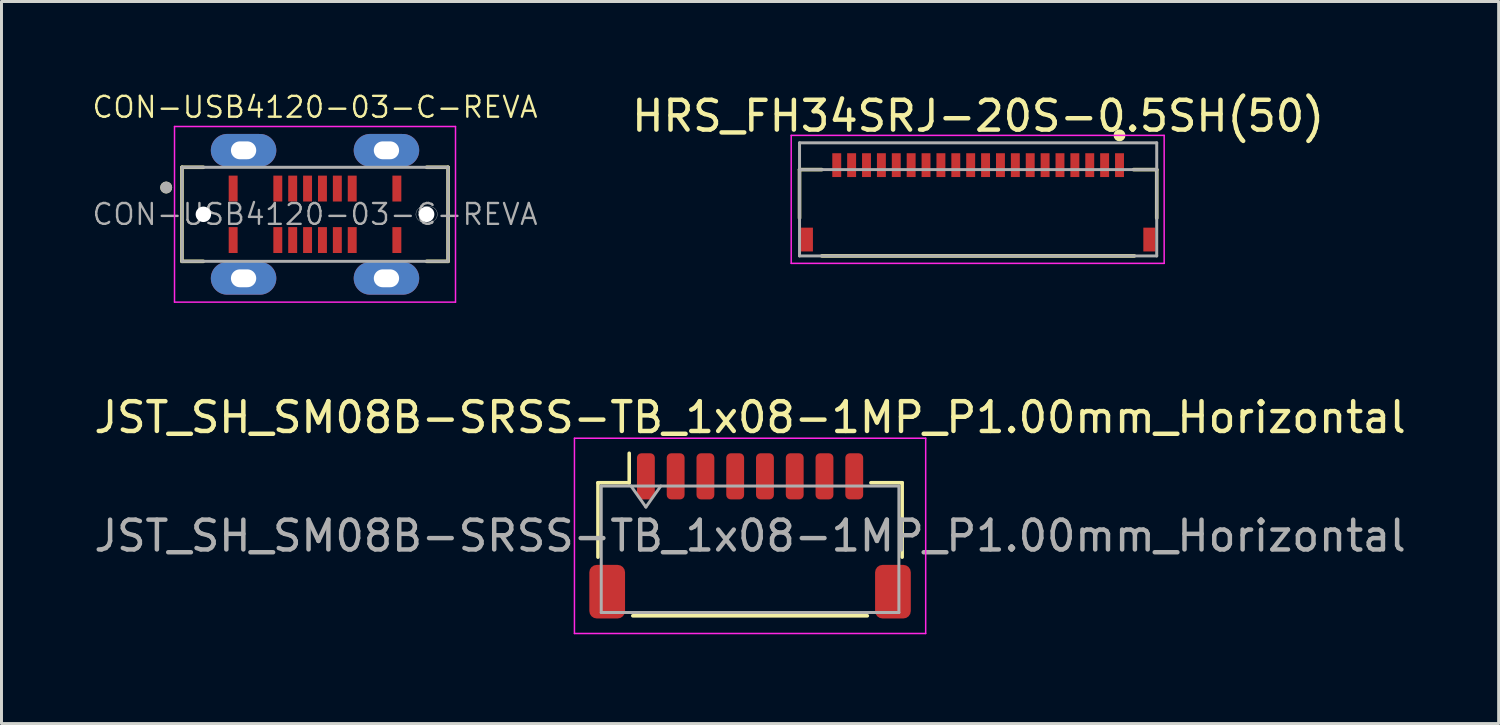
<source format=kicad_pcb>
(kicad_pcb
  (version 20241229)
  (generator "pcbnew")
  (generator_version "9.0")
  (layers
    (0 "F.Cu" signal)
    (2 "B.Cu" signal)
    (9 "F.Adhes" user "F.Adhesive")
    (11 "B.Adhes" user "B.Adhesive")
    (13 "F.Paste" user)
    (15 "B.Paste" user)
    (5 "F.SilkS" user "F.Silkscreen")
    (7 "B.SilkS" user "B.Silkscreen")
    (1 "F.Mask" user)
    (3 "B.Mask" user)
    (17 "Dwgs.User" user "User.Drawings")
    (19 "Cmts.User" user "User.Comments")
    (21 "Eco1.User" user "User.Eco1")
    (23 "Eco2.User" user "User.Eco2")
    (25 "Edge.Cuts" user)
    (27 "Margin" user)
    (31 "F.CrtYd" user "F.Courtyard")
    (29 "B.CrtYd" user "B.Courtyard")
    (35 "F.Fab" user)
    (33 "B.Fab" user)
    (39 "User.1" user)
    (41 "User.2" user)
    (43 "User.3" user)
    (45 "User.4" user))
  (footprint "JST_SH_SM08B-SRSS-TB_1x08-1MP_P1.00mm_Horizontal"
    (layer "F.Cu")
    (at 22.149 14.953)
    (property "Reference" "JST_SH_SM08B-SRSS-TB_1x08-1MP_P1.00mm_Horizontal" (at 0 -3.98 0) (layer "F.SilkS") (effects (font (size 1 1) (thickness 0.15))))
    (attr smd)
    (fp_line (start -5.11 -1.785) (end -4.06 -1.785) (stroke (width 0.12) (type solid)) (layer "F.SilkS"))
    (fp_line (start -5.11 0.715) (end -5.11 -1.785) (stroke (width 0.12) (type solid)) (layer "F.SilkS"))
    (fp_line (start -4.06 -1.785) (end -4.06 -2.775) (stroke (width 0.12) (type solid)) (layer "F.SilkS"))
    (fp_line (start -3.94 2.685) (end 3.94 2.685) (stroke (width 0.12) (type solid)) (layer "F.SilkS"))
    (fp_line (start 5.11 -1.785) (end 4.06 -1.785) (stroke (width 0.12) (type solid)) (layer "F.SilkS"))
    (fp_line (start 5.11 0.715) (end 5.11 -1.785) (stroke (width 0.12) (type solid)) (layer "F.SilkS"))
    (fp_line (start -5.9 -3.28) (end -5.9 3.28) (stroke (width 0.05) (type solid)) (layer "F.CrtYd"))
    (fp_line (start -5.9 3.28) (end 5.9 3.28) (stroke (width 0.05) (type solid)) (layer "F.CrtYd"))
    (fp_line (start 5.9 -3.28) (end -5.9 -3.28) (stroke (width 0.05) (type solid)) (layer "F.CrtYd"))
    (fp_line (start 5.9 3.28) (end 5.9 -3.28) (stroke (width 0.05) (type solid)) (layer "F.CrtYd"))
    (fp_line (start -5 -1.675) (end -5 2.575) (stroke (width 0.1) (type solid)) (layer "F.Fab"))
    (fp_line (start -5 -1.675) (end 5 -1.675) (stroke (width 0.1) (type solid)) (layer "F.Fab"))
    (fp_line (start -5 2.575) (end 5 2.575) (stroke (width 0.1) (type solid)) (layer "F.Fab"))
    (fp_line (start -4 -1.675) (end -3.5 -0.968) (stroke (width 0.1) (type solid)) (layer "F.Fab"))
    (fp_line (start -3.5 -0.968) (end -3 -1.675) (stroke (width 0.1) (type solid)) (layer "F.Fab"))
    (fp_line (start 5 -1.675) (end 5 2.575) (stroke (width 0.1) (type solid)) (layer "F.Fab"))
    (fp_text user "${REFERENCE}" (at 0 0 0) (layer "F.Fab") (effects (font (size 1 1) (thickness 0.15))))
    (pad "1" smd roundrect (at -3.5 -2) (size 0.6 1.55) (layers "F.Cu" "F.Mask" "F.Paste") (roundrect_rratio 0.25))
    (pad "2" smd roundrect (at -2.5 -2) (size 0.6 1.55) (layers "F.Cu" "F.Mask" "F.Paste") (roundrect_rratio 0.25))
    (pad "3" smd roundrect (at -1.5 -2) (size 0.6 1.55) (layers "F.Cu" "F.Mask" "F.Paste") (roundrect_rratio 0.25))
    (pad "4" smd roundrect (at -0.5 -2) (size 0.6 1.55) (layers "F.Cu" "F.Mask" "F.Paste") (roundrect_rratio 0.25))
    (pad "5" smd roundrect (at 0.5 -2) (size 0.6 1.55) (layers "F.Cu" "F.Mask" "F.Paste") (roundrect_rratio 0.25))
    (pad "6" smd roundrect (at 1.5 -2) (size 0.6 1.55) (layers "F.Cu" "F.Mask" "F.Paste") (roundrect_rratio 0.25))
    (pad "7" smd roundrect (at 2.5 -2) (size 0.6 1.55) (layers "F.Cu" "F.Mask" "F.Paste") (roundrect_rratio 0.25))
    (pad "8" smd roundrect (at 3.5 -2) (size 0.6 1.55) (layers "F.Cu" "F.Mask" "F.Paste") (roundrect_rratio 0.25))
    (pad "MP" smd roundrect (at -4.8 1.875) (size 1.2 1.8) (layers "F.Cu" "F.Mask" "F.Paste") (roundrect_rratio 0.208))
    (pad "MP" smd roundrect (at 4.8 1.875) (size 1.2 1.8) (layers "F.Cu" "F.Mask" "F.Paste") (roundrect_rratio 0.208)))
  (footprint "CON-USB4120-03-C-REVA"
    (layer "F.Cu")
    (at 7.533 4.15)
    (property "Reference" "CON-USB4120-03-C-REVA" (at 0 -3.6 0) (layer "F.SilkS") (effects (font (size 0.7 0.7) (thickness 0.08))))
    (attr smd)
    (fp_line (start -4.47 -1.58) (end -4.47 1.58) (stroke (width 0.12) (type solid)) (layer "F.SilkS"))
    (fp_line (start -4.47 1.58) (end -3.75 1.58) (stroke (width 0.12) (type solid)) (layer "F.SilkS"))
    (fp_line (start -3.75 -1.58) (end -4.47 -1.58) (stroke (width 0.12) (type solid)) (layer "F.SilkS"))
    (fp_line (start 3.75 -1.58) (end 4.47 -1.58) (stroke (width 0.12) (type solid)) (layer "F.SilkS"))
    (fp_line (start 4.47 -1.58) (end 4.47 1.58) (stroke (width 0.12) (type solid)) (layer "F.SilkS"))
    (fp_line (start 4.47 1.58) (end 3.75 1.58) (stroke (width 0.12) (type solid)) (layer "F.SilkS"))
    (fp_circle (center -5 -0.9) (end -4.9 -0.9) (stroke (width 0.2) (type solid)) (fill no) (layer "F.SilkS"))
    (fp_line (start 3.65 -0.26) (end 3.85 -0.26) (stroke (width 0.01) (type solid)) (layer "Edge.Cuts"))
    (fp_line (start 3.85 0.26) (end 3.65 0.26) (stroke (width 0.01) (type solid)) (layer "Edge.Cuts"))
    (fp_arc (start 3.39 0) (mid 3.466152 -0.183848) (end 3.65 -0.26) (stroke (width 0.01) (type solid)) (layer "Edge.Cuts"))
    (fp_arc (start 3.65 0.26) (mid 3.466152 0.183848) (end 3.39 0) (stroke (width 0.01) (type solid)) (layer "Edge.Cuts"))
    (fp_arc (start 3.85 -0.26) (mid 4.033848 -0.183848) (end 4.11 0) (stroke (width 0.01) (type solid)) (layer "Edge.Cuts"))
    (fp_arc (start 4.11 0) (mid 4.033848 0.183848) (end 3.85 0.26) (stroke (width 0.01) (type solid)) (layer "Edge.Cuts"))
    (fp_line (start -4.72 -2.95) (end 4.72 -2.95) (stroke (width 0.05) (type solid)) (layer "F.CrtYd"))
    (fp_line (start -4.72 2.95) (end -4.72 -2.95) (stroke (width 0.05) (type solid)) (layer "F.CrtYd"))
    (fp_line (start 4.72 -2.95) (end 4.72 2.95) (stroke (width 0.05) (type solid)) (layer "F.CrtYd"))
    (fp_line (start 4.72 2.95) (end -4.72 2.95) (stroke (width 0.05) (type solid)) (layer "F.CrtYd"))
    (fp_line (start -4.47 -1.58) (end 4.47 -1.58) (stroke (width 0.1) (type solid)) (layer "F.Fab"))
    (fp_line (start -4.47 1.58) (end -4.47 -1.58) (stroke (width 0.1) (type solid)) (layer "F.Fab"))
    (fp_line (start 4.47 -1.58) (end 4.47 1.58) (stroke (width 0.1) (type solid)) (layer "F.Fab"))
    (fp_line (start 4.47 1.58) (end -4.47 1.58) (stroke (width 0.1) (type solid)) (layer "F.Fab"))
    (fp_circle (center -5 -0.9) (end -4.9 -0.9) (stroke (width 0.2) (type solid)) (fill no) (layer "F.Fab"))
    (fp_text user "${REFERENCE}" (at 0 0 0) (layer "F.Fab") (effects (font (size 0.7 0.7) (thickness 0.08))))
    (pad "" np_thru_hole circle (at -3.75 0) (size 0.52 0.52) (drill 0.52) (layers "*.Cu" "*.Mask"))
    (pad "" np_thru_hole circle (at 3.75 0) (size 0.52 0.52) (drill 0.52) (layers "*.Cu" "*.Mask"))
    (pad "A1" smd rect (at -2.75 -0.865) (size 0.3 0.87) (layers "F.Cu" "F.Mask" "F.Paste"))
    (pad "A4" smd rect (at -1.25 -0.865) (size 0.3 0.87) (layers "F.Cu" "F.Mask" "F.Paste"))
    (pad "A5" smd rect (at -0.75 -0.865) (size 0.3 0.87) (layers "F.Cu" "F.Mask" "F.Paste"))
    (pad "A6" smd rect (at -0.25 -0.865) (size 0.3 0.87) (layers "F.Cu" "F.Mask" "F.Paste"))
    (pad "A7" smd rect (at 0.25 -0.865) (size 0.3 0.87) (layers "F.Cu" "F.Mask" "F.Paste"))
    (pad "A8" smd rect (at 0.75 -0.865) (size 0.3 0.87) (layers "F.Cu" "F.Mask" "F.Paste"))
    (pad "A9" smd rect (at 1.25 -0.865) (size 0.3 0.87) (layers "F.Cu" "F.Mask" "F.Paste"))
    (pad "A12" smd rect (at 2.75 -0.865) (size 0.3 0.87) (layers "F.Cu" "F.Mask" "F.Paste"))
    (pad "B1" smd rect (at 2.75 0.865) (size 0.3 0.87) (layers "F.Cu" "F.Mask" "F.Paste"))
    (pad "B4" smd rect (at 1.25 0.865) (size 0.3 0.87) (layers "F.Cu" "F.Mask" "F.Paste"))
    (pad "B5" smd rect (at 0.75 0.865) (size 0.3 0.87) (layers "F.Cu" "F.Mask" "F.Paste"))
    (pad "B6" smd rect (at 0.25 0.865) (size 0.3 0.87) (layers "F.Cu" "F.Mask" "F.Paste"))
    (pad "B7" smd rect (at -0.25 0.865) (size 0.3 0.87) (layers "F.Cu" "F.Mask" "F.Paste"))
    (pad "B8" smd rect (at -0.75 0.865) (size 0.3 0.87) (layers "F.Cu" "F.Mask" "F.Paste"))
    (pad "B9" smd rect (at -1.25 0.865) (size 0.3 0.87) (layers "F.Cu" "F.Mask" "F.Paste"))
    (pad "B12" smd rect (at -2.75 0.865) (size 0.3 0.87) (layers "F.Cu" "F.Mask" "F.Paste"))
    (pad "S1" thru_hole oval (at -2.4 -2.15) (size 2.2 1.1) (drill oval 0.85 0.6) (layers "*.Cu" "*.Mask"))
    (pad "S1" thru_hole oval (at -2.4 2.15) (size 2.2 1.1) (drill oval 0.85 0.6) (layers "*.Cu" "*.Mask"))
    (pad "S1" thru_hole oval (at 2.4 -2.15) (size 2.2 1.1) (drill oval 0.85 0.6) (layers "*.Cu" "*.Mask"))
    (pad "S1" thru_hole oval (at 2.4 2.15) (size 2.2 1.1) (drill oval 0.85 0.6) (layers "*.Cu" "*.Mask")))
  (footprint "HRS_FH34SRJ-20S-0.5SH(50)"
    (layer "F.Cu")
    (at 29.811 4.998)
    (property "Reference" "HRS_FH34SRJ-20S-0.5SH(50)" (at 0 -4.15 0) (layer "F.SilkS") (effects (font (size 1 1) (thickness 0.15))))
    (attr smd)
    (fp_line (start -6 -2.35) (end -6 -0.72) (stroke (width 0.12) (type solid)) (layer "F.SilkS"))
    (fp_line (start -6 -2.35) (end -5.25 -2.35) (stroke (width 0.12) (type solid)) (layer "F.SilkS"))
    (fp_line (start -5.25 0.55) (end 5.25 0.55) (stroke (width 0.12) (type solid)) (layer "F.SilkS"))
    (fp_line (start 5.22 -2.35) (end 6 -2.35) (stroke (width 0.12) (type solid)) (layer "F.SilkS"))
    (fp_line (start 6 -2.35) (end 6 -0.72) (stroke (width 0.12) (type solid)) (layer "F.SilkS"))
    (fp_circle (center 4.75 -3.5) (end 4.85 -3.5) (stroke (width 0.2) (type solid)) (fill no) (layer "F.SilkS"))
    (fp_poly (pts (xy -4.875 -2.9) (xy -4.625 -2.9) (xy -4.625 -2.25) (xy -4.875 -2.25)) (stroke (width 0.01) (type solid)) (fill yes) (layer "F.Paste"))
    (fp_poly (pts (xy -4.375 -2.9) (xy -4.125 -2.9) (xy -4.125 -2.25) (xy -4.375 -2.25)) (stroke (width 0.01) (type solid)) (fill yes) (layer "F.Paste"))
    (fp_poly (pts (xy -3.875 -2.9) (xy -3.625 -2.9) (xy -3.625 -2.25) (xy -3.875 -2.25)) (stroke (width 0.01) (type solid)) (fill yes) (layer "F.Paste"))
    (fp_poly (pts (xy -3.375 -2.9) (xy -3.125 -2.9) (xy -3.125 -2.25) (xy -3.375 -2.25)) (stroke (width 0.01) (type solid)) (fill yes) (layer "F.Paste"))
    (fp_poly (pts (xy -2.875 -2.9) (xy -2.625 -2.9) (xy -2.625 -2.25) (xy -2.875 -2.25)) (stroke (width 0.01) (type solid)) (fill yes) (layer "F.Paste"))
    (fp_poly (pts (xy -2.375 -2.9) (xy -2.125 -2.9) (xy -2.125 -2.25) (xy -2.375 -2.25)) (stroke (width 0.01) (type solid)) (fill yes) (layer "F.Paste"))
    (fp_poly (pts (xy -1.875 -2.9) (xy -1.625 -2.9) (xy -1.625 -2.25) (xy -1.875 -2.25)) (stroke (width 0.01) (type solid)) (fill yes) (layer "F.Paste"))
    (fp_poly (pts (xy -1.375 -2.9) (xy -1.125 -2.9) (xy -1.125 -2.25) (xy -1.375 -2.25)) (stroke (width 0.01) (type solid)) (fill yes) (layer "F.Paste"))
    (fp_poly (pts (xy -0.875 -2.9) (xy -0.625 -2.9) (xy -0.625 -2.25) (xy -0.875 -2.25)) (stroke (width 0.01) (type solid)) (fill yes) (layer "F.Paste"))
    (fp_poly (pts (xy -0.375 -2.9) (xy -0.125 -2.9) (xy -0.125 -2.25) (xy -0.375 -2.25)) (stroke (width 0.01) (type solid)) (fill yes) (layer "F.Paste"))
    (fp_poly (pts (xy 0.125 -2.9) (xy 0.375 -2.9) (xy 0.375 -2.25) (xy 0.125 -2.25)) (stroke (width 0.01) (type solid)) (fill yes) (layer "F.Paste"))
    (fp_poly (pts (xy 0.625 -2.9) (xy 0.875 -2.9) (xy 0.875 -2.25) (xy 0.625 -2.25)) (stroke (width 0.01) (type solid)) (fill yes) (layer "F.Paste"))
    (fp_poly (pts (xy 1.125 -2.9) (xy 1.375 -2.9) (xy 1.375 -2.25) (xy 1.125 -2.25)) (stroke (width 0.01) (type solid)) (fill yes) (layer "F.Paste"))
    (fp_poly (pts (xy 1.625 -2.9) (xy 1.875 -2.9) (xy 1.875 -2.25) (xy 1.625 -2.25)) (stroke (width 0.01) (type solid)) (fill yes) (layer "F.Paste"))
    (fp_poly (pts (xy 2.125 -2.9) (xy 2.375 -2.9) (xy 2.375 -2.25) (xy 2.125 -2.25)) (stroke (width 0.01) (type solid)) (fill yes) (layer "F.Paste"))
    (fp_poly (pts (xy 2.625 -2.9) (xy 2.875 -2.9) (xy 2.875 -2.25) (xy 2.625 -2.25)) (stroke (width 0.01) (type solid)) (fill yes) (layer "F.Paste"))
    (fp_poly (pts (xy 3.125 -2.9) (xy 3.375 -2.9) (xy 3.375 -2.25) (xy 3.125 -2.25)) (stroke (width 0.01) (type solid)) (fill yes) (layer "F.Paste"))
    (fp_poly (pts (xy 3.625 -2.9) (xy 3.875 -2.9) (xy 3.875 -2.25) (xy 3.625 -2.25)) (stroke (width 0.01) (type solid)) (fill yes) (layer "F.Paste"))
    (fp_poly (pts (xy 4.125 -2.9) (xy 4.375 -2.9) (xy 4.375 -2.25) (xy 4.125 -2.25)) (stroke (width 0.01) (type solid)) (fill yes) (layer "F.Paste"))
    (fp_poly (pts (xy 4.625 -2.9) (xy 4.875 -2.9) (xy 4.875 -2.25) (xy 4.625 -2.25)) (stroke (width 0.01) (type solid)) (fill yes) (layer "F.Paste"))
    (fp_line (start -6.28 0.8) (end -6.28 -3.5) (stroke (width 0.05) (type solid)) (layer "F.CrtYd"))
    (fp_line (start 6.25 -3.5) (end -6.28 -3.5) (stroke (width 0.05) (type solid)) (layer "F.CrtYd"))
    (fp_line (start 6.25 -3.5) (end 6.25 0.8) (stroke (width 0.05) (type solid)) (layer "F.CrtYd"))
    (fp_line (start 6.25 0.8) (end -6.28 0.8) (stroke (width 0.05) (type solid)) (layer "F.CrtYd"))
    (fp_line (start -6 -3.25) (end -6 0.55) (stroke (width 0.1) (type solid)) (layer "F.Fab"))
    (fp_line (start 6 -3.25) (end -6 -3.25) (stroke (width 0.1) (type solid)) (layer "F.Fab"))
    (fp_line (start 6 -3.25) (end 6 0.55) (stroke (width 0.1) (type solid)) (layer "F.Fab"))
    (fp_line (start 6 -2.35) (end -6 -2.35) (stroke (width 0.1) (type solid)) (layer "F.Fab"))
    (fp_line (start 6 0.55) (end -6 0.55) (stroke (width 0.1) (type solid)) (layer "F.Fab"))
    (pad "1" smd rect (at 4.75 -2.5) (size 0.3 0.8) (layers "F.Cu" "F.Mask"))
    (pad "2" smd rect (at 4.25 -2.5) (size 0.3 0.8) (layers "F.Cu" "F.Mask"))
    (pad "3" smd rect (at 3.75 -2.5) (size 0.3 0.8) (layers "F.Cu" "F.Mask"))
    (pad "4" smd rect (at 3.25 -2.5) (size 0.3 0.8) (layers "F.Cu" "F.Mask"))
    (pad "5" smd rect (at 2.75 -2.5) (size 0.3 0.8) (layers "F.Cu" "F.Mask"))
    (pad "6" smd rect (at 2.25 -2.5) (size 0.3 0.8) (layers "F.Cu" "F.Mask"))
    (pad "7" smd rect (at 1.75 -2.5) (size 0.3 0.8) (layers "F.Cu" "F.Mask"))
    (pad "8" smd rect (at 1.25 -2.5) (size 0.3 0.8) (layers "F.Cu" "F.Mask"))
    (pad "9" smd rect (at 0.75 -2.5) (size 0.3 0.8) (layers "F.Cu" "F.Mask"))
    (pad "10" smd rect (at 0.25 -2.5) (size 0.3 0.8) (layers "F.Cu" "F.Mask"))
    (pad "11" smd rect (at -0.25 -2.5) (size 0.3 0.8) (layers "F.Cu" "F.Mask"))
    (pad "12" smd rect (at -0.75 -2.5) (size 0.3 0.8) (layers "F.Cu" "F.Mask"))
    (pad "13" smd rect (at -1.25 -2.5) (size 0.3 0.8) (layers "F.Cu" "F.Mask"))
    (pad "14" smd rect (at -1.75 -2.5) (size 0.3 0.8) (layers "F.Cu" "F.Mask"))
    (pad "15" smd rect (at -2.25 -2.5) (size 0.3 0.8) (layers "F.Cu" "F.Mask"))
    (pad "16" smd rect (at -2.75 -2.5) (size 0.3 0.8) (layers "F.Cu" "F.Mask"))
    (pad "17" smd rect (at -3.25 -2.5) (size 0.3 0.8) (layers "F.Cu" "F.Mask"))
    (pad "18" smd rect (at -3.75 -2.5) (size 0.3 0.8) (layers "F.Cu" "F.Mask"))
    (pad "19" smd rect (at -4.25 -2.5) (size 0.3 0.8) (layers "F.Cu" "F.Mask"))
    (pad "20" smd rect (at -4.75 -2.5) (size 0.3 0.8) (layers "F.Cu" "F.Mask"))
    (pad "MP" smd rect (at -5.75 0) (size 0.4 0.8) (layers "F.Cu" "F.Mask" "F.Paste"))
    (pad "MP" smd rect (at 5.75 0) (size 0.4 0.8) (layers "F.Cu" "F.Mask" "F.Paste")))
  (gr_rect
    (start -3 -3)
    (end 47.298 21.258)
    (stroke (width 0.1) (type default))
    (fill no)
    (layer "Edge.Cuts")))
</source>
